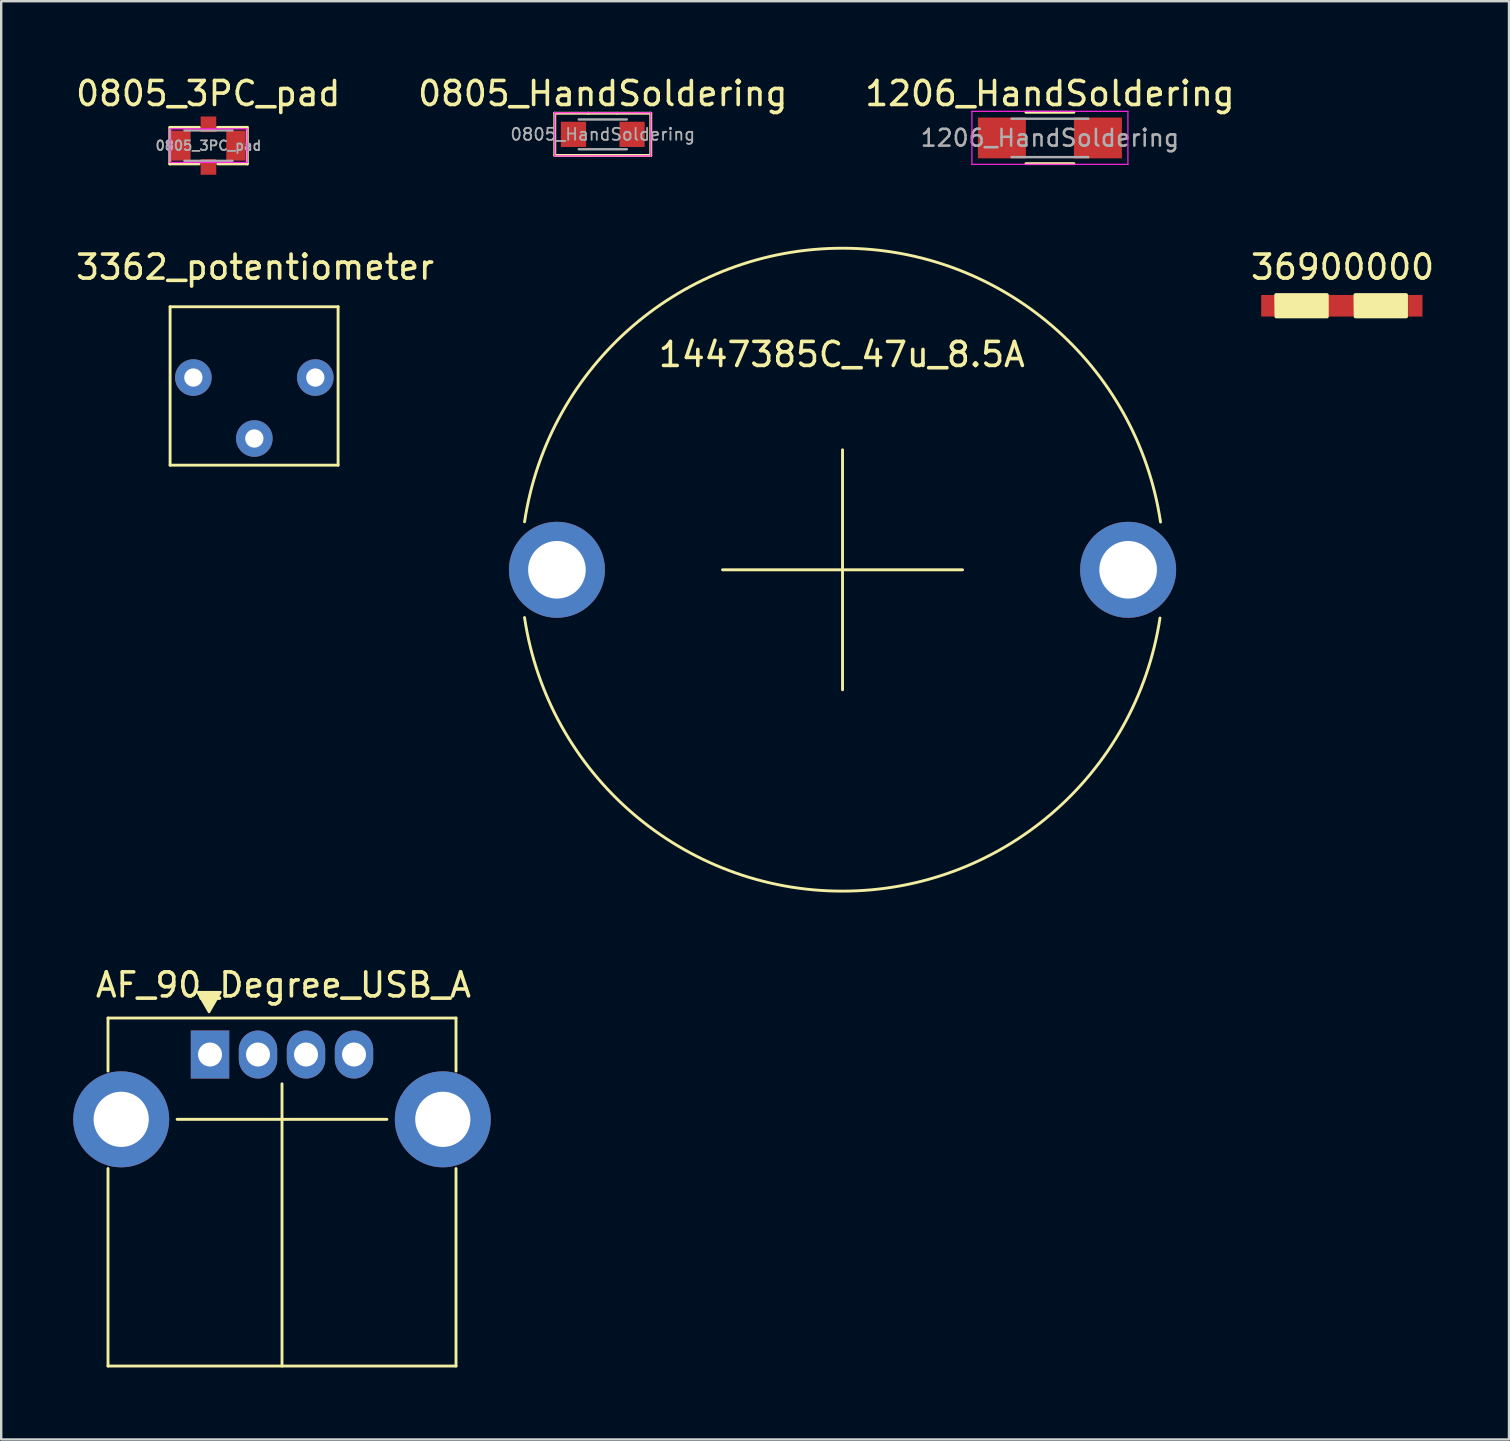
<source format=kicad_pcb>
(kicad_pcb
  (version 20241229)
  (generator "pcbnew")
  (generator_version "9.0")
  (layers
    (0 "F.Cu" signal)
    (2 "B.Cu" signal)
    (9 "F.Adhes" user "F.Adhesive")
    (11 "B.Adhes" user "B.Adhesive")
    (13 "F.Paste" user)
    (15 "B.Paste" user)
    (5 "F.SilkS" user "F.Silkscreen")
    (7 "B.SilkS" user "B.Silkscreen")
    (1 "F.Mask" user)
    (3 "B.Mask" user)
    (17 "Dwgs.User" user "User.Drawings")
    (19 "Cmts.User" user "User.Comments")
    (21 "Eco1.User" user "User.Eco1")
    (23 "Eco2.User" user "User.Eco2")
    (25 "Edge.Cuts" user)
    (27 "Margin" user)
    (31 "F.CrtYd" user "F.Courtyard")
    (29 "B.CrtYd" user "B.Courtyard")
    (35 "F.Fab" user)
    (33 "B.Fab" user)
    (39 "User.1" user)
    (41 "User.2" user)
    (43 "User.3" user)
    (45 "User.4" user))
  (footprint "1447385C_47u_8.5A"
    (layer "F.Cu")
    (at 32.055 20.701)
    (property "Reference" "1447385C_47u_8.5A" (at -0.03 -8.98 0) (layer "F.SilkS") (effects (font (size 1 1) (thickness 0.15))))
    (attr through_hole)
    (fp_line (start -5 -0.01) (end 5 -0.01) (stroke (width 0.12) (type solid)) (layer "F.SilkS"))
    (fp_line (start 0 4.99) (end 0 -5.01) (stroke (width 0.12) (type solid)) (layer "F.SilkS"))
    (fp_arc (start -13.248528 -2.009779) (mid 0.004945 -13.408604) (end 13.25 -2) (stroke (width 0.12) (type solid)) (layer "F.SilkS"))
    (fp_arc (start 13.227272 1.998069) (mid -0.019137 13.378713) (end -13.25 1.98) (stroke (width 0.12) (type solid)) (layer "F.SilkS"))
    (pad "1" thru_hole circle (at -11.9 -0.01) (size 4 4) (drill 2.4) (layers "*.Cu" "*.Mask"))
    (pad "2" thru_hole circle (at 11.9 -0.01) (size 4 4) (drill 2.4) (layers "*.Cu" "*.Mask")))
  (footprint "0805_HandSoldering"
    (layer "F.Cu")
    (at 22.065 2.548)
    (property "Reference" "0805_HandSoldering" (at 0 -1.7 0) (layer "F.SilkS") (effects (font (size 1 1) (thickness 0.15))))
    (attr smd)
    (fp_line (start -2 -0.88) (end -2 0.87) (stroke (width 0.12) (type solid)) (layer "F.SilkS"))
    (fp_line (start -0.6 -0.88) (end -2 -0.88) (stroke (width 0.12) (type solid)) (layer "F.SilkS"))
    (fp_line (start -0.6 -0.88) (end 0.6 -0.88) (stroke (width 0.12) (type solid)) (layer "F.SilkS"))
    (fp_line (start -0.58 0.88) (end -2 0.88) (stroke (width 0.12) (type solid)) (layer "F.SilkS"))
    (fp_line (start 0.6 0.88) (end -0.6 0.88) (stroke (width 0.12) (type solid)) (layer "F.SilkS"))
    (fp_line (start 0.61 -0.88) (end 2 -0.88) (stroke (width 0.12) (type solid)) (layer "F.SilkS"))
    (fp_line (start 2 -0.88) (end 2 0.88) (stroke (width 0.12) (type solid)) (layer "F.SilkS"))
    (fp_line (start 2 0.88) (end 0.58 0.88) (stroke (width 0.12) (type solid)) (layer "F.SilkS"))
    (fp_line (start -2 -0.9) (end -2 0.9) (stroke (width 0.05) (type solid)) (layer "F.CrtYd"))
    (fp_line (start -2 -0.9) (end 2 -0.9) (stroke (width 0.05) (type solid)) (layer "F.CrtYd"))
    (fp_line (start 2 0.9) (end -2 0.9) (stroke (width 0.05) (type solid)) (layer "F.CrtYd"))
    (fp_line (start 2 0.9) (end 2 -0.9) (stroke (width 0.05) (type solid)) (layer "F.CrtYd"))
    (fp_line (start -1 -0.62) (end 1 -0.62) (stroke (width 0.1) (type solid)) (layer "F.Fab"))
    (fp_line (start 1 0.62) (end -1 0.62) (stroke (width 0.1) (type solid)) (layer "F.Fab"))
    (fp_text user "${REFERENCE}" (at 0 0 0) (layer "F.Fab") (effects (font (size 0.5 0.5) (thickness 0.075))))
    (pad "1" smd rect (at -1.22 0) (size 1.05 1.05) (layers "F.Cu" "F.Mask" "F.Paste"))
    (pad "2" smd rect (at 1.22 0) (size 1.05 1.05) (layers "F.Cu" "F.Mask" "F.Paste")))
  (footprint "3362_potentiometer"
    (layer "F.Cu")
    (at 7.577 13.181)
    (property "Reference" "3362_potentiometer" (at 0 -5.1 0) (layer "F.SilkS") (effects (font (size 1 1) (thickness 0.15))))
    (attr through_hole)
    (fp_line (start -3.54 3.15) (end -3.54 -3.45) (stroke (width 0.12) (type solid)) (layer "F.SilkS"))
    (fp_line (start 3.46 -3.45) (end -3.54 -3.45) (stroke (width 0.12) (type solid)) (layer "F.SilkS"))
    (fp_line (start 3.46 3.15) (end -3.54 3.15) (stroke (width 0.12) (type solid)) (layer "F.SilkS"))
    (fp_line (start 3.46 3.15) (end 3.46 -3.45) (stroke (width 0.12) (type solid)) (layer "F.SilkS"))
    (pad "1" thru_hole circle (at -2.57 -0.5) (size 1.524 1.524) (drill 0.762) (layers "*.Cu" "*.Mask"))
    (pad "2" thru_hole circle (at -0.03 2.04) (size 1.524 1.524) (drill 0.762) (layers "*.Cu" "*.Mask"))
    (pad "3" thru_hole circle (at 2.51 -0.5) (size 1.524 1.524) (drill 0.762) (layers "*.Cu" "*.Mask")))
  (footprint "AF_90_Degree_USB_A"
    (layer "F.Cu")
    (at 8.58 43.438)
    (property "Reference" "AF_90_Degree_USB_A" (at 0.18 -5.45 0) (layer "F.SilkS") (effects (font (size 1 1) (thickness 0.15))))
    (attr through_hole)
    (fp_line (start -7.13 -4.07) (end 7.37 -4.07) (stroke (width 0.12) (type solid)) (layer "F.SilkS"))
    (fp_line (start -7.13 -1.86) (end -7.13 -4.07) (stroke (width 0.12) (type solid)) (layer "F.SilkS"))
    (fp_line (start -7.13 2.2) (end -7.13 10.43) (stroke (width 0.12) (type solid)) (layer "F.SilkS"))
    (fp_line (start -7.13 10.43) (end 7.37 10.43) (stroke (width 0.12) (type solid)) (layer "F.SilkS"))
    (fp_line (start -4.25 0.15) (end 0.12 0.15) (stroke (width 0.12) (type solid)) (layer "F.SilkS"))
    (fp_line (start 0.12 -1.33) (end 0.12 10.43) (stroke (width 0.12) (type solid)) (layer "F.SilkS"))
    (fp_line (start 4.49 0.15) (end 0.12 0.15) (stroke (width 0.12) (type solid)) (layer "F.SilkS"))
    (fp_line (start 7.37 -1.86) (end 7.37 -4.07) (stroke (width 0.12) (type solid)) (layer "F.SilkS"))
    (fp_line (start 7.37 2.2) (end 7.37 10.43) (stroke (width 0.12) (type solid)) (layer "F.SilkS"))
    (fp_poly (pts (xy -2.92 -4.32) (xy -3.4 -5.15) (xy -2.44 -5.15)) (stroke (width 0.1) (type solid)) (fill yes) (layer "F.SilkS"))
    (pad "1" thru_hole rect (at -2.88 -2.55) (size 1.6 2) (drill 1) (layers "*.Cu" "*.Mask"))
    (pad "2" thru_hole oval (at -0.88 -2.55) (size 1.6 2) (drill 1) (layers "*.Cu" "*.Mask"))
    (pad "3" thru_hole oval (at 1.12 -2.55) (size 1.6 2) (drill 1) (layers "*.Cu" "*.Mask"))
    (pad "4" thru_hole oval (at 3.12 -2.55) (size 1.6 2) (drill 1) (layers "*.Cu" "*.Mask"))
    (pad "5" thru_hole oval (at -6.58 0.15) (size 4 4) (drill 2.3) (layers "*.Cu" "*.Mask"))
    (pad "5" thru_hole oval (at 6.82 0.15) (size 4 4) (drill 2.3) (layers "*.Cu" "*.Mask")))
  (footprint "1206_HandSoldering"
    (layer "F.Cu")
    (at 40.696 2.698)
    (property "Reference" "1206_HandSoldering" (at 0 -1.85 0) (layer "F.SilkS") (effects (font (size 1 1) (thickness 0.15))))
    (attr smd)
    (fp_line (start -1 -1.07) (end 1 -1.07) (stroke (width 0.12) (type solid)) (layer "F.SilkS"))
    (fp_line (start 1 1.07) (end -1 1.07) (stroke (width 0.12) (type solid)) (layer "F.SilkS"))
    (fp_line (start -3.25 -1.11) (end -3.25 1.1) (stroke (width 0.05) (type solid)) (layer "F.CrtYd"))
    (fp_line (start -3.25 -1.11) (end 3.25 -1.11) (stroke (width 0.05) (type solid)) (layer "F.CrtYd"))
    (fp_line (start 3.25 1.1) (end -3.25 1.1) (stroke (width 0.05) (type solid)) (layer "F.CrtYd"))
    (fp_line (start 3.25 1.1) (end 3.25 -1.11) (stroke (width 0.05) (type solid)) (layer "F.CrtYd"))
    (fp_line (start -1.6 -0.8) (end 1.6 -0.8) (stroke (width 0.1) (type solid)) (layer "F.Fab"))
    (fp_line (start 1.6 0.8) (end -1.6 0.8) (stroke (width 0.1) (type solid)) (layer "F.Fab"))
    (fp_text user "${REFERENCE}" (at 0 0 0) (layer "F.Fab") (effects (font (size 0.7 0.7) (thickness 0.105))))
    (pad "1" smd rect (at -2 0) (size 2 1.7) (layers "F.Cu" "F.Mask" "F.Paste"))
    (pad "2" smd rect (at 2 0) (size 2 1.7) (layers "F.Cu" "F.Mask" "F.Paste")))
  (footprint "0805_3PC_pad"
    (layer "F.Cu")
    (at 5.635 3.018)
    (property "Reference" "0805_3PC_pad" (at -0.01 -2.17 0) (layer "F.SilkS") (effects (font (size 1 1) (thickness 0.15))))
    (attr smd)
    (fp_line (start -1.61 -0.762) (end -1.61 0.762) (stroke (width 0.12) (type solid)) (layer "F.SilkS"))
    (fp_line (start -1.61 0.762) (end -0.391 0.762) (stroke (width 0.12) (type solid)) (layer "F.SilkS"))
    (fp_line (start -1.6 -0.762) (end -0.381 -0.762) (stroke (width 0.12) (type solid)) (layer "F.SilkS"))
    (fp_line (start 0.381 -0.762) (end 1.61 -0.762) (stroke (width 0.12) (type solid)) (layer "F.SilkS"))
    (fp_line (start 0.391 0.762) (end 1.62 0.762) (stroke (width 0.12) (type solid)) (layer "F.SilkS"))
    (fp_line (start 1.62 -0.762) (end 1.62 0.762) (stroke (width 0.12) (type solid)) (layer "F.SilkS"))
    (fp_line (start -1.6 -0.7) (end -1.6 0.7) (stroke (width 0.05) (type solid)) (layer "F.CrtYd"))
    (fp_line (start -1.6 -0.7) (end 1.61 -0.7) (stroke (width 0.05) (type solid)) (layer "F.CrtYd"))
    (fp_line (start 1.61 0.7) (end -1.6 0.7) (stroke (width 0.05) (type solid)) (layer "F.CrtYd"))
    (fp_line (start 1.61 0.7) (end 1.61 -0.7) (stroke (width 0.05) (type solid)) (layer "F.CrtYd"))
    (fp_line (start -1 -0.635) (end 1 -0.635) (stroke (width 0.1) (type solid)) (layer "F.Fab"))
    (fp_line (start 1 0.635) (end -1 0.635) (stroke (width 0.1) (type solid)) (layer "F.Fab"))
    (fp_text user "${REFERENCE}" (at 0 0 0) (layer "F.Fab") (effects (font (size 0.4 0.4) (thickness 0.075))))
    (pad "1" smd rect (at -1.143 0) (size 0.8 1.25) (layers "F.Cu" "F.Mask" "F.Paste"))
    (pad "2" smd rect (at 0 -0.889) (size 0.65 0.65) (layers "F.Cu" "F.Mask" "F.Paste"))
    (pad "2" smd rect (at 0 0.889) (size 0.65 0.65) (layers "F.Cu" "F.Mask" "F.Paste"))
    (pad "3" smd rect (at 1.143 0) (size 0.8 1.25) (layers "F.Cu" "F.Mask" "F.Paste")))
  (footprint "36900000"
    (layer "F.Cu")
    (at 52.899 9.63)
    (property "Reference" "36900000" (at -0.01 -1.55 0) (layer "F.SilkS") (effects (font (size 1 1) (thickness 0.15))))
    (attr through_hole)
    (fp_poly (pts (xy -2.78 -0.39) (xy -0.66 -0.39) (xy -0.66 0.51) (xy -2.77 0.51)) (stroke (width 0.15) (type solid)) (fill yes) (layer "F.SilkS"))
    (fp_poly (pts (xy 0.52 -0.39) (xy 2.64 -0.39) (xy 2.64 0.51) (xy 0.53 0.51)) (stroke (width 0.15) (type solid)) (fill yes) (layer "F.SilkS"))
    (pad "1" smd rect (at -3.1 0.06) (size 0.6 0.9) (layers "F.Cu" "F.Mask" "F.Paste"))
    (pad "1" smd rect (at -0.04 0.06) (size 1.2 0.9) (layers "F.Cu" "F.Mask" "F.Paste"))
    (pad "1" smd rect (at 3.02 0.06) (size 0.6 0.9) (layers "F.Cu" "F.Mask" "F.Paste")))
  (gr_rect
    (start -3 -3)
    (end 59.824 56.928)
    (stroke (width 0.1) (type default))
    (fill no)
    (layer "Edge.Cuts")))
</source>
